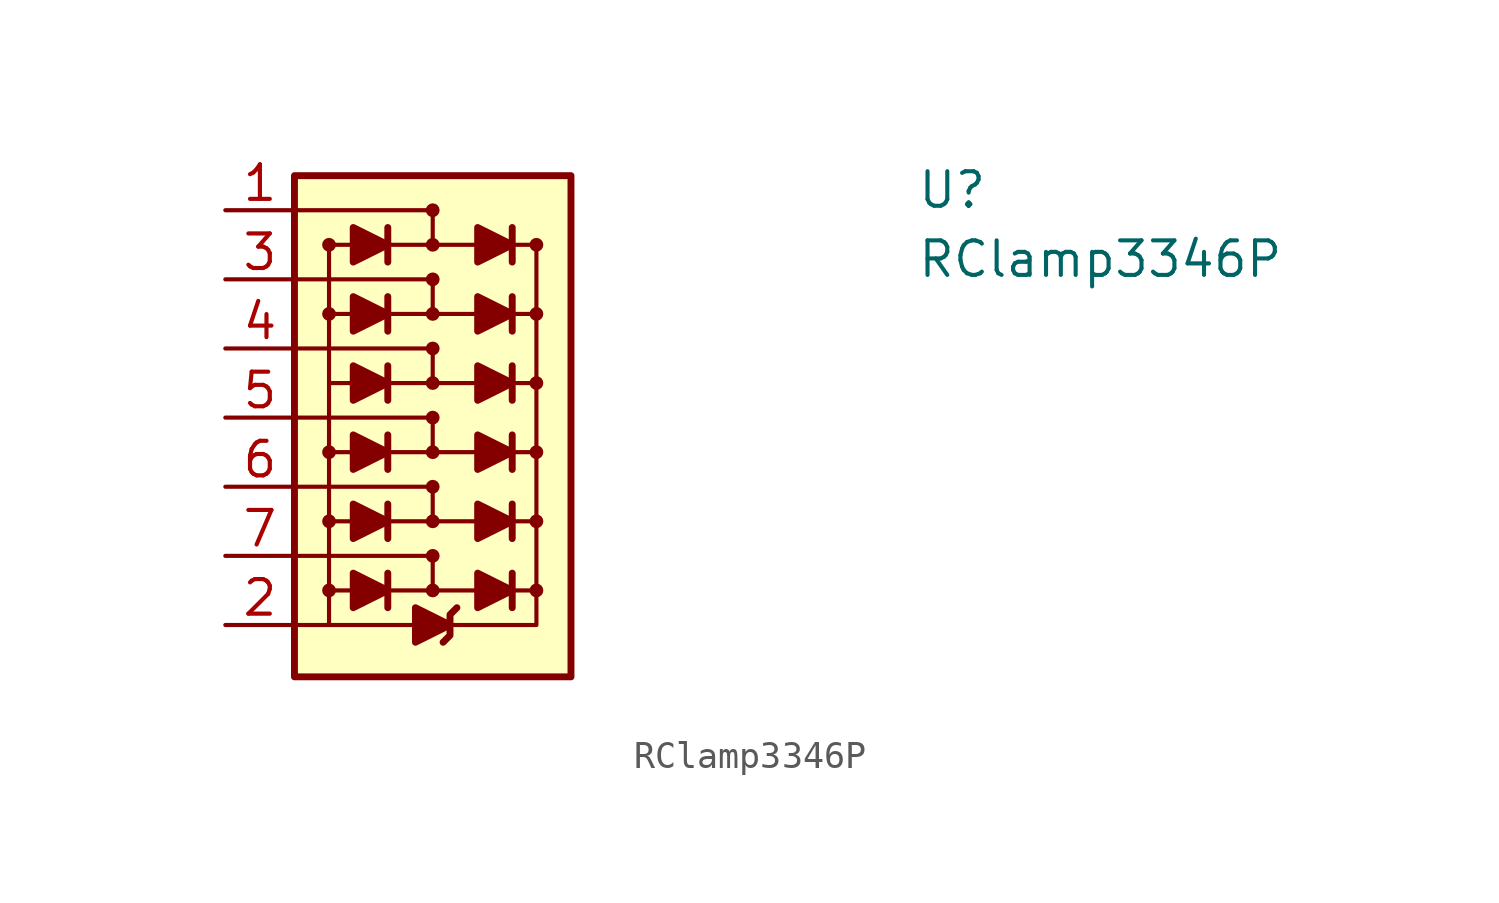
<source format=kicad_sym>
(kicad_symbol_lib
  (version 20211014)
  (generator kicad_symbol_editor)
  (symbol "RClamp3346P"
    (property "Reference" "U"
      (at 25.4 0 0)
      (effects (font (size 1.27 1.27) (thickness 0.15)) (justify left bottom)))
    (property "Value" "RClamp3346P"
      (at 25.4 -2.54 0)
      (effects (font (size 1.27 1.27) (thickness 0.15)) (justify left bottom)))
    (symbol "RClamp3346P_0_1"
      (polyline (pts (xy 2.54 -12.7) (xy 7.62 -12.7)) (stroke (width 0) (type default) (color 0 0 0 0)) (fill (type none)))
      (polyline (pts (xy 2.54 -10.16) (xy 7.62 -10.16)) (stroke (width 0) (type default) (color 0 0 0 0)) (fill (type none)))
      (polyline (pts (xy 2.54 -7.62) (xy 7.62 -7.62)) (stroke (width 0) (type default) (color 0 0 0 0)) (fill (type none)))
      (polyline (pts (xy 2.54 -5.08) (xy 7.62 -5.08)) (stroke (width 0) (type default) (color 0 0 0 0)) (fill (type none)))
      (polyline (pts (xy 2.54 -2.54) (xy 7.62 -2.54)) (stroke (width 0) (type default) (color 0 0 0 0)) (fill (type none)))
      (polyline (pts (xy 2.54 0) (xy 7.62 0)) (stroke (width 0) (type default) (color 0 0 0 0)) (fill (type none)))
      (polyline (pts (xy 7.62 -12.7) (xy 7.62 -13.97)) (stroke (width 0) (type default) (color 0 0 0 0)) (fill (type none)))
      (polyline (pts (xy 7.62 -10.16) (xy 7.62 -11.43)) (stroke (width 0) (type default) (color 0 0 0 0)) (fill (type none)))
      (polyline (pts (xy 7.62 -7.62) (xy 7.62 -8.89)) (stroke (width 0) (type default) (color 0 0 0 0)) (fill (type none)))
      (polyline (pts (xy 7.62 -5.08) (xy 7.62 -6.35)) (stroke (width 0) (type default) (color 0 0 0 0)) (fill (type none)))
      (polyline (pts (xy 7.62 -2.54) (xy 7.62 -3.81)) (stroke (width 0) (type default) (color 0 0 0 0)) (fill (type none)))
      (polyline (pts (xy 7.62 0) (xy 7.62 -1.27)) (stroke (width 0) (type default) (color 0 0 0 0)) (fill (type none)))
      (polyline (pts (xy 2.54 -15.24) (xy 6.985 -15.24) (xy 6.858 -15.24)) (stroke (width 0) (type default) (color 0 0 0 0)) (fill (type none)))
      (polyline (pts (xy 3.81 -15.24) (xy 3.81 -13.97) (xy 4.699 -13.97)) (stroke (width 0) (type default) (color 0 0 0 0)) (fill (type none)))
      (polyline (pts (xy 4.699 -11.43) (xy 3.81 -11.43) (xy 3.81 -13.97)) (stroke (width 0) (type default) (color 0 0 0 0)) (fill (type none)))
      (polyline (pts (xy 4.699 -8.89) (xy 3.81 -8.89) (xy 3.81 -11.43)) (stroke (width 0) (type default) (color 0 0 0 0)) (fill (type none)))
      (polyline (pts (xy 4.699 -6.35) (xy 3.81 -6.35) (xy 3.81 -8.89)) (stroke (width 0) (type default) (color 0 0 0 0)) (fill (type none)))
      (polyline (pts (xy 4.699 -3.81) (xy 3.81 -3.81) (xy 3.81 -6.35)) (stroke (width 0) (type default) (color 0 0 0 0)) (fill (type none)))
      (polyline (pts (xy 4.699 -1.27) (xy 3.81 -1.27) (xy 3.81 -3.81)) (stroke (width 0) (type default) (color 0 0 0 0)) (fill (type none)))
      (polyline (pts (xy 11.43 -13.97) (xy 11.43 -11.43) (xy 10.541 -11.43)) (stroke (width 0) (type default) (color 0 0 0 0)) (fill (type none)))
      (polyline (pts (xy 11.43 -11.43) (xy 11.43 -8.89) (xy 10.541 -8.89)) (stroke (width 0) (type default) (color 0 0 0 0)) (fill (type none)))
      (polyline (pts (xy 11.43 -8.89) (xy 11.43 -6.35) (xy 10.541 -6.35)) (stroke (width 0) (type default) (color 0 0 0 0)) (fill (type none)))
      (polyline (pts (xy 11.43 -6.35) (xy 11.43 -3.81) (xy 10.541 -3.81)) (stroke (width 0) (type default) (color 0 0 0 0)) (fill (type none)))
      (polyline (pts (xy 11.43 -3.81) (xy 11.43 -1.27) (xy 10.541 -1.27)) (stroke (width 0) (type default) (color 0 0 0 0)) (fill (type none)))
      (polyline (pts (xy 8.255 -15.24) (xy 11.43 -15.24) (xy 11.43 -13.97) (xy 10.541 -13.97)) (stroke (width 0) (type default) (color 0 0 0 0)) (fill (type none))))
    (symbol "RClamp3346P_1_1"
      (polyline (pts (xy 5.969 -13.335) (xy 5.969 -14.605)) (stroke (width 0.254) (type default) (color 0 0 0 0)) (fill (type background)))
      (polyline (pts (xy 5.969 -10.795) (xy 5.969 -12.065)) (stroke (width 0.254) (type default) (color 0 0 0 0)) (fill (type background)))
      (polyline (pts (xy 5.969 -8.255) (xy 5.969 -9.525)) (stroke (width 0.254) (type default) (color 0 0 0 0)) (fill (type background)))
      (polyline (pts (xy 5.969 -5.715) (xy 5.969 -6.985)) (stroke (width 0.254) (type default) (color 0 0 0 0)) (fill (type background)))
      (polyline (pts (xy 5.969 -3.175) (xy 5.969 -4.445)) (stroke (width 0.254) (type default) (color 0 0 0 0)) (fill (type background)))
      (polyline (pts (xy 5.969 -0.635) (xy 5.969 -1.905)) (stroke (width 0.254) (type default) (color 0 0 0 0)) (fill (type background)))
      (polyline (pts (xy 9.525 -13.97) (xy 5.715 -13.97)) (stroke (width 0) (type default) (color 0 0 0 0)) (fill (type none)))
      (polyline (pts (xy 9.525 -11.43) (xy 5.715 -11.43)) (stroke (width 0) (type default) (color 0 0 0 0)) (fill (type none)))
      (polyline (pts (xy 9.525 -8.89) (xy 5.715 -8.89)) (stroke (width 0) (type default) (color 0 0 0 0)) (fill (type none)))
      (polyline (pts (xy 9.525 -6.35) (xy 5.715 -6.35)) (stroke (width 0) (type default) (color 0 0 0 0)) (fill (type none)))
      (polyline (pts (xy 9.525 -3.81) (xy 5.715 -3.81)) (stroke (width 0) (type default) (color 0 0 0 0)) (fill (type none)))
      (polyline (pts (xy 9.525 -1.27) (xy 5.715 -1.27)) (stroke (width 0) (type default) (color 0 0 0 0)) (fill (type none)))
      (polyline (pts (xy 10.541 -13.335) (xy 10.541 -14.605)) (stroke (width 0.254) (type default) (color 0 0 0 0)) (fill (type background)))
      (polyline (pts (xy 10.541 -10.795) (xy 10.541 -12.065)) (stroke (width 0.254) (type default) (color 0 0 0 0)) (fill (type background)))
      (polyline (pts (xy 10.541 -8.255) (xy 10.541 -9.525)) (stroke (width 0.254) (type default) (color 0 0 0 0)) (fill (type background)))
      (polyline (pts (xy 10.541 -5.715) (xy 10.541 -6.985)) (stroke (width 0.254) (type default) (color 0 0 0 0)) (fill (type background)))
      (polyline (pts (xy 10.541 -3.175) (xy 10.541 -4.445)) (stroke (width 0.254) (type default) (color 0 0 0 0)) (fill (type background)))
      (polyline (pts (xy 10.541 -0.635) (xy 10.541 -1.905)) (stroke (width 0.254) (type default) (color 0 0 0 0)) (fill (type background)))
      (polyline (pts (xy 4.699 -14.605) (xy 4.699 -13.335) (xy 5.969 -13.97) (xy 4.699 -14.605)) (stroke (width 0.254) (type default) (color 0 0 0 0)) (fill (type outline)))
      (polyline (pts (xy 4.699 -12.065) (xy 4.699 -10.795) (xy 5.969 -11.43) (xy 4.699 -12.065)) (stroke (width 0.254) (type default) (color 0 0 0 0)) (fill (type outline)))
      (polyline (pts (xy 4.699 -9.525) (xy 4.699 -8.255) (xy 5.969 -8.89) (xy 4.699 -9.525)) (stroke (width 0.254) (type default) (color 0 0 0 0)) (fill (type outline)))
      (polyline (pts (xy 4.699 -6.985) (xy 4.699 -5.715) (xy 5.969 -6.35) (xy 4.699 -6.985)) (stroke (width 0.254) (type default) (color 0 0 0 0)) (fill (type outline)))
      (polyline (pts (xy 4.699 -4.445) (xy 4.699 -3.175) (xy 5.969 -3.81) (xy 4.699 -4.445)) (stroke (width 0.254) (type default) (color 0 0 0 0)) (fill (type outline)))
      (polyline (pts (xy 4.699 -1.905) (xy 4.699 -0.635) (xy 5.969 -1.27) (xy 4.699 -1.905)) (stroke (width 0.254) (type default) (color 0 0 0 0)) (fill (type outline)))
      (polyline (pts (xy 6.985 -14.605) (xy 6.985 -15.875) (xy 8.255 -15.24) (xy 6.985 -14.605)) (stroke (width 0.254) (type default) (color 0 0 0 0)) (fill (type outline)))
      (polyline (pts (xy 8.509 -14.605) (xy 8.255 -14.859) (xy 8.255 -15.621) (xy 8.001 -15.875)) (stroke (width 0.254) (type default) (color 0 0 0 0)) (fill (type background)))
      (polyline (pts (xy 9.271 -14.605) (xy 9.271 -13.335) (xy 10.541 -13.97) (xy 9.271 -14.605)) (stroke (width 0.254) (type default) (color 0 0 0 0)) (fill (type outline)))
      (polyline (pts (xy 9.271 -12.065) (xy 9.271 -10.795) (xy 10.541 -11.43) (xy 9.271 -12.065)) (stroke (width 0.254) (type default) (color 0 0 0 0)) (fill (type outline)))
      (polyline (pts (xy 9.271 -9.525) (xy 9.271 -8.255) (xy 10.541 -8.89) (xy 9.271 -9.525)) (stroke (width 0.254) (type default) (color 0 0 0 0)) (fill (type outline)))
      (polyline (pts (xy 9.271 -6.985) (xy 9.271 -5.715) (xy 10.541 -6.35) (xy 9.271 -6.985)) (stroke (width 0.254) (type default) (color 0 0 0 0)) (fill (type outline)))
      (polyline (pts (xy 9.271 -4.445) (xy 9.271 -3.175) (xy 10.541 -3.81) (xy 9.271 -4.445)) (stroke (width 0.254) (type default) (color 0 0 0 0)) (fill (type outline)))
      (polyline (pts (xy 9.271 -1.905) (xy 9.271 -0.635) (xy 10.541 -1.27) (xy 9.271 -1.905)) (stroke (width 0.254) (type default) (color 0 0 0 0)) (fill (type outline)))
      (rectangle (start 2.54 1.27) (end 12.7 -17.145) (stroke (width 0.254) (type default) (color 0 0 0 0)) (fill (type background)))
      (circle (center 3.81 -13.97) (radius 0.127) (stroke (width 0.254) (type default) (color 0 0 0 0)) (fill (type background)))
      (circle (center 3.81 -11.43) (radius 0.127) (stroke (width 0.254) (type default) (color 0 0 0 0)) (fill (type background)))
      (circle (center 3.81 -8.89) (radius 0.127) (stroke (width 0.254) (type default) (color 0 0 0 0)) (fill (type background)))
      (circle (center 3.81 -3.81) (radius 0.127) (stroke (width 0.254) (type default) (color 0 0 0 0)) (fill (type background)))
      (circle (center 3.81 -1.27) (radius 0.127) (stroke (width 0.254) (type default) (color 0 0 0 0)) (fill (type background)))
      (circle (center 7.62 -13.97) (radius 0.127) (stroke (width 0.254) (type default) (color 0 0 0 0)) (fill (type background)))
      (circle (center 7.62 -12.7) (radius 0.127) (stroke (width 0.254) (type default) (color 0 0 0 0)) (fill (type background)))
      (circle (center 7.62 -11.43) (radius 0.127) (stroke (width 0.254) (type default) (color 0 0 0 0)) (fill (type background)))
      (circle (center 7.62 -10.16) (radius 0.127) (stroke (width 0.254) (type default) (color 0 0 0 0)) (fill (type background)))
      (circle (center 7.62 -8.89) (radius 0.127) (stroke (width 0.254) (type default) (color 0 0 0 0)) (fill (type background)))
      (circle (center 7.62 -7.62) (radius 0.127) (stroke (width 0.254) (type default) (color 0 0 0 0)) (fill (type background)))
      (circle (center 7.62 -6.35) (radius 0.127) (stroke (width 0.254) (type default) (color 0 0 0 0)) (fill (type background)))
      (circle (center 7.62 -5.08) (radius 0.127) (stroke (width 0.254) (type default) (color 0 0 0 0)) (fill (type background)))
      (circle (center 7.62 -3.81) (radius 0.127) (stroke (width 0.254) (type default) (color 0 0 0 0)) (fill (type background)))
      (circle (center 7.62 -2.54) (radius 0.127) (stroke (width 0.254) (type default) (color 0 0 0 0)) (fill (type background)))
      (circle (center 7.62 -1.27) (radius 0.127) (stroke (width 0.254) (type default) (color 0 0 0 0)) (fill (type background)))
      (circle (center 7.62 0) (radius 0.127) (stroke (width 0.254) (type default) (color 0 0 0 0)) (fill (type background)))
      (circle (center 11.43 -13.97) (radius 0.127) (stroke (width 0.254) (type default) (color 0 0 0 0)) (fill (type background)))
      (circle (center 11.43 -11.43) (radius 0.127) (stroke (width 0.254) (type default) (color 0 0 0 0)) (fill (type background)))
      (circle (center 11.43 -8.89) (radius 0.127) (stroke (width 0.254) (type default) (color 0 0 0 0)) (fill (type background)))
      (circle (center 11.43 -6.35) (radius 0.127) (stroke (width 0.254) (type default) (color 0 0 0 0)) (fill (type background)))
      (circle (center 11.43 -3.81) (radius 0.127) (stroke (width 0.254) (type default) (color 0 0 0 0)) (fill (type background)))
      (circle (center 11.43 -1.27) (radius 0.127) (stroke (width 0.254) (type default) (color 0 0 0 0)) (fill (type background)))
      (pin passive line (at 0 0 0) (length 2.54) (name "~" (effects (font (size 1.27 1.27)))) (number "1" (effects (font (size 1.27 1.27)))))
      (pin power_in line (at 0 -15.24 0) (length 2.54) (name "~" (effects (font (size 1.27 1.27)))) (number "2" (effects (font (size 1.27 1.27)))))
      (pin passive line (at 0 -2.54 0) (length 2.54) (name "~" (effects (font (size 1.27 1.27)))) (number "3" (effects (font (size 1.27 1.27)))))
      (pin passive line (at 0 -5.08 0) (length 2.54) (name "~" (effects (font (size 1.27 1.27)))) (number "4" (effects (font (size 1.27 1.27)))))
      (pin passive line (at 0 -7.62 0) (length 2.54) (name "~" (effects (font (size 1.27 1.27)))) (number "5" (effects (font (size 1.27 1.27)))))
      (pin passive line (at 0 -10.16 0) (length 2.54) (name "~" (effects (font (size 1.27 1.27)))) (number "6" (effects (font (size 1.27 1.27)))))
      (pin passive line (at 0 -12.7 0) (length 2.54) (name "~" (effects (font (size 1.27 1.27)))) (number "7" (effects (font (size 1.27 1.27))))))))
</source>
